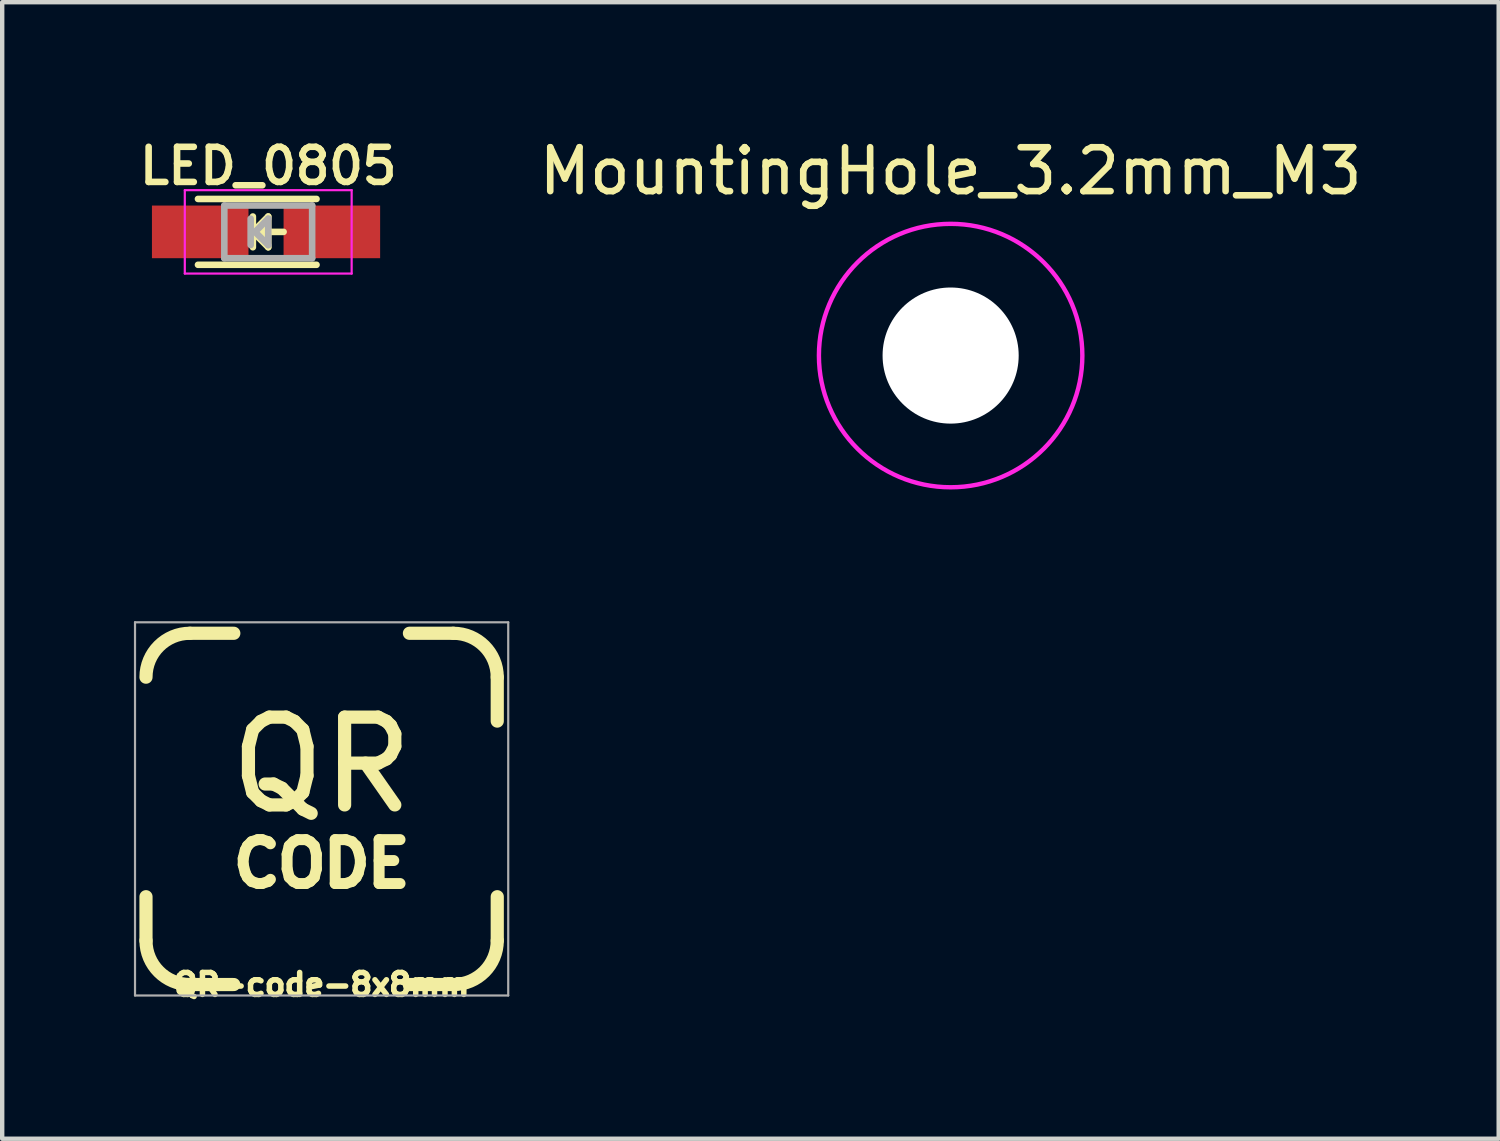
<source format=kicad_pcb>
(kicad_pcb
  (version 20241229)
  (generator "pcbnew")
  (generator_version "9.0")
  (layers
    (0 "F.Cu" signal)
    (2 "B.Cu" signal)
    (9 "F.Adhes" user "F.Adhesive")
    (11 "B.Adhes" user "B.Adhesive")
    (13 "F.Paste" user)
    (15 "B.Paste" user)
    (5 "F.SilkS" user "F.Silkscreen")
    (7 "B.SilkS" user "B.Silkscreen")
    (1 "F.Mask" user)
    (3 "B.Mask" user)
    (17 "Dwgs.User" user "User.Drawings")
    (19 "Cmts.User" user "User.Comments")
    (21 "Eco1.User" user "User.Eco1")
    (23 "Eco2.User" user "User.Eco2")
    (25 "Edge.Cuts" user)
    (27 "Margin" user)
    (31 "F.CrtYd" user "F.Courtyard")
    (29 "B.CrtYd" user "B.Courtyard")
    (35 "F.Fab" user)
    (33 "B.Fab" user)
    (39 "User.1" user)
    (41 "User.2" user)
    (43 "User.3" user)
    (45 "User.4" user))
  (footprint "MountingHole_3.2mm_M3"
    (layer "F.Cu")
    (at 18.601 5.048)
    (property "Reference" "MountingHole_3.2mm_M3" (at 0 -4.2 0) (layer "F.SilkS") (effects (font (size 1 1) (thickness 0.15))))
    (attr through_hole)
    (fp_circle (center 0 0) (end 3 0) (stroke (width 0.1) (type solid)) (fill no) (layer "F.CrtYd"))
    (pad "" np_thru_hole circle (at 0 0) (size 3.1 3.1) (drill 3.1) (layers "*.Cu" "*.Mask")))
  (footprint "LED_0805"
    (layer "F.Cu")
    (at 3.059 2.231)
    (property "Reference" "LED_0805" (at 0 -1.5 0) (layer "F.SilkS") (effects (font (size 0.8 0.8) (thickness 0.15))))
    (attr smd)
    (fp_line (start -1.6 -0.75) (end 1.1 -0.75) (stroke (width 0.15) (type solid)) (layer "F.SilkS"))
    (fp_line (start -1.6 0.75) (end 1.1 0.75) (stroke (width 0.15) (type solid)) (layer "F.SilkS"))
    (fp_line (start -0.35 -0.35) (end -0.35 0.35) (stroke (width 0.15) (type solid)) (layer "F.SilkS"))
    (fp_line (start -0.35 0) (end 0 -0.35) (stroke (width 0.15) (type solid)) (layer "F.SilkS"))
    (fp_line (start -0.1 -0.1) (end -0.25 0.05) (stroke (width 0.15) (type solid)) (layer "F.SilkS"))
    (fp_line (start -0.1 0.15) (end -0.1 -0.1) (stroke (width 0.15) (type solid)) (layer "F.SilkS"))
    (fp_line (start 0 -0.35) (end 0 0.35) (stroke (width 0.15) (type solid)) (layer "F.SilkS"))
    (fp_line (start 0 0) (end 0.35 0) (stroke (width 0.15) (type solid)) (layer "F.SilkS"))
    (fp_line (start 0 0.35) (end -0.35 0) (stroke (width 0.15) (type solid)) (layer "F.SilkS"))
    (fp_line (start -1.9 -0.95) (end 1.9 -0.95) (stroke (width 0.05) (type solid)) (layer "F.CrtYd"))
    (fp_line (start -1.9 0.95) (end -1.9 -0.95) (stroke (width 0.05) (type solid)) (layer "F.CrtYd"))
    (fp_line (start 1.9 -0.95) (end 1.9 0.95) (stroke (width 0.05) (type solid)) (layer "F.CrtYd"))
    (fp_line (start 1.9 0.95) (end -1.9 0.95) (stroke (width 0.05) (type solid)) (layer "F.CrtYd"))
    (fp_line (start -1 -0.6) (end -1 0.6) (stroke (width 0.15) (type solid)) (layer "F.Fab"))
    (fp_line (start -1 0.6) (end 1 0.6) (stroke (width 0.15) (type solid)) (layer "F.Fab"))
    (fp_line (start -0.4 -0.3) (end -0.4 0.3) (stroke (width 0.15) (type solid)) (layer "F.Fab"))
    (fp_line (start -0.3 0) (end 0 -0.3) (stroke (width 0.15) (type solid)) (layer "F.Fab"))
    (fp_line (start 0 -0.3) (end 0 0.3) (stroke (width 0.15) (type solid)) (layer "F.Fab"))
    (fp_line (start 0 0.3) (end -0.3 0) (stroke (width 0.15) (type solid)) (layer "F.Fab"))
    (fp_line (start 1 -0.6) (end -1 -0.6) (stroke (width 0.15) (type solid)) (layer "F.Fab"))
    (fp_line (start 1 0.6) (end 1 -0.6) (stroke (width 0.15) (type solid)) (layer "F.Fab"))
    (pad "1" smd rect (at -1.549 0 180) (size 2.199 1.199) (layers "F.Cu" "F.Mask" "F.Paste"))
    (pad "2" smd rect (at 1.449 0 180) (size 2.199 1.199) (layers "F.Cu" "F.Mask" "F.Paste")))
  (footprint "QR-code-8x8mm"
    (layer "F.Cu")
    (at 4.275 15.373)
    (property "Reference" "QR-code-8x8mm" (at 0 4 0) (layer "F.SilkS") (effects (font (size 0.5 0.5) (thickness 0.125))))
    (attr through_hole)
    (fp_line (start -4 3) (end -4 2) (stroke (width 0.3) (type solid)) (layer "F.SilkS"))
    (fp_line (start -3 -4) (end -2 -4) (stroke (width 0.3) (type solid)) (layer "F.SilkS"))
    (fp_line (start -3 4) (end -2 4) (stroke (width 0.3) (type solid)) (layer "F.SilkS"))
    (fp_line (start 2 -4) (end 3 -4) (stroke (width 0.3) (type solid)) (layer "F.SilkS"))
    (fp_line (start 3 4) (end 2 4) (stroke (width 0.3) (type solid)) (layer "F.SilkS"))
    (fp_line (start 4 -3) (end 4 -2) (stroke (width 0.3) (type solid)) (layer "F.SilkS"))
    (fp_line (start 4 3) (end 4 2) (stroke (width 0.3) (type solid)) (layer "F.SilkS"))
    (fp_arc (start -4 -3) (mid -3.707107 -3.707107) (end -3 -4) (stroke (width 0.3) (type solid)) (layer "F.SilkS"))
    (fp_arc (start -3 4) (mid -3.707107 3.707107) (end -4 3) (stroke (width 0.3) (type solid)) (layer "F.SilkS"))
    (fp_arc (start 3 -4) (mid 3.707107 -3.707107) (end 4 -3) (stroke (width 0.3) (type solid)) (layer "F.SilkS"))
    (fp_arc (start 4 3) (mid 3.707107 3.707107) (end 3 4) (stroke (width 0.3) (type solid)) (layer "F.SilkS"))
    (fp_line (start -4.25 -4.25) (end 4.25 -4.25) (stroke (width 0.05) (type solid)) (layer "F.Fab"))
    (fp_line (start -4.25 4.25) (end -4.25 -4.25) (stroke (width 0.05) (type solid)) (layer "F.Fab"))
    (fp_line (start 4.25 -4.25) (end 4.25 4.25) (stroke (width 0.05) (type solid)) (layer "F.Fab"))
    (fp_line (start 4.25 4.25) (end -4.25 4.25) (stroke (width 0.05) (type solid)) (layer "F.Fab"))
    (fp_text user "QR" (at 0 -1 0) (layer "F.SilkS") (effects (font (size 2 2) (thickness 0.3))))
    (fp_text user "CODE" (at 0 1.25 0) (layer "F.SilkS") (effects (font (size 1 1) (thickness 0.25)))))
  (gr_rect
    (start -3 -3)
    (end 31.083 22.885)
    (stroke (width 0.1) (type default))
    (fill no)
    (layer "Edge.Cuts")))
</source>
